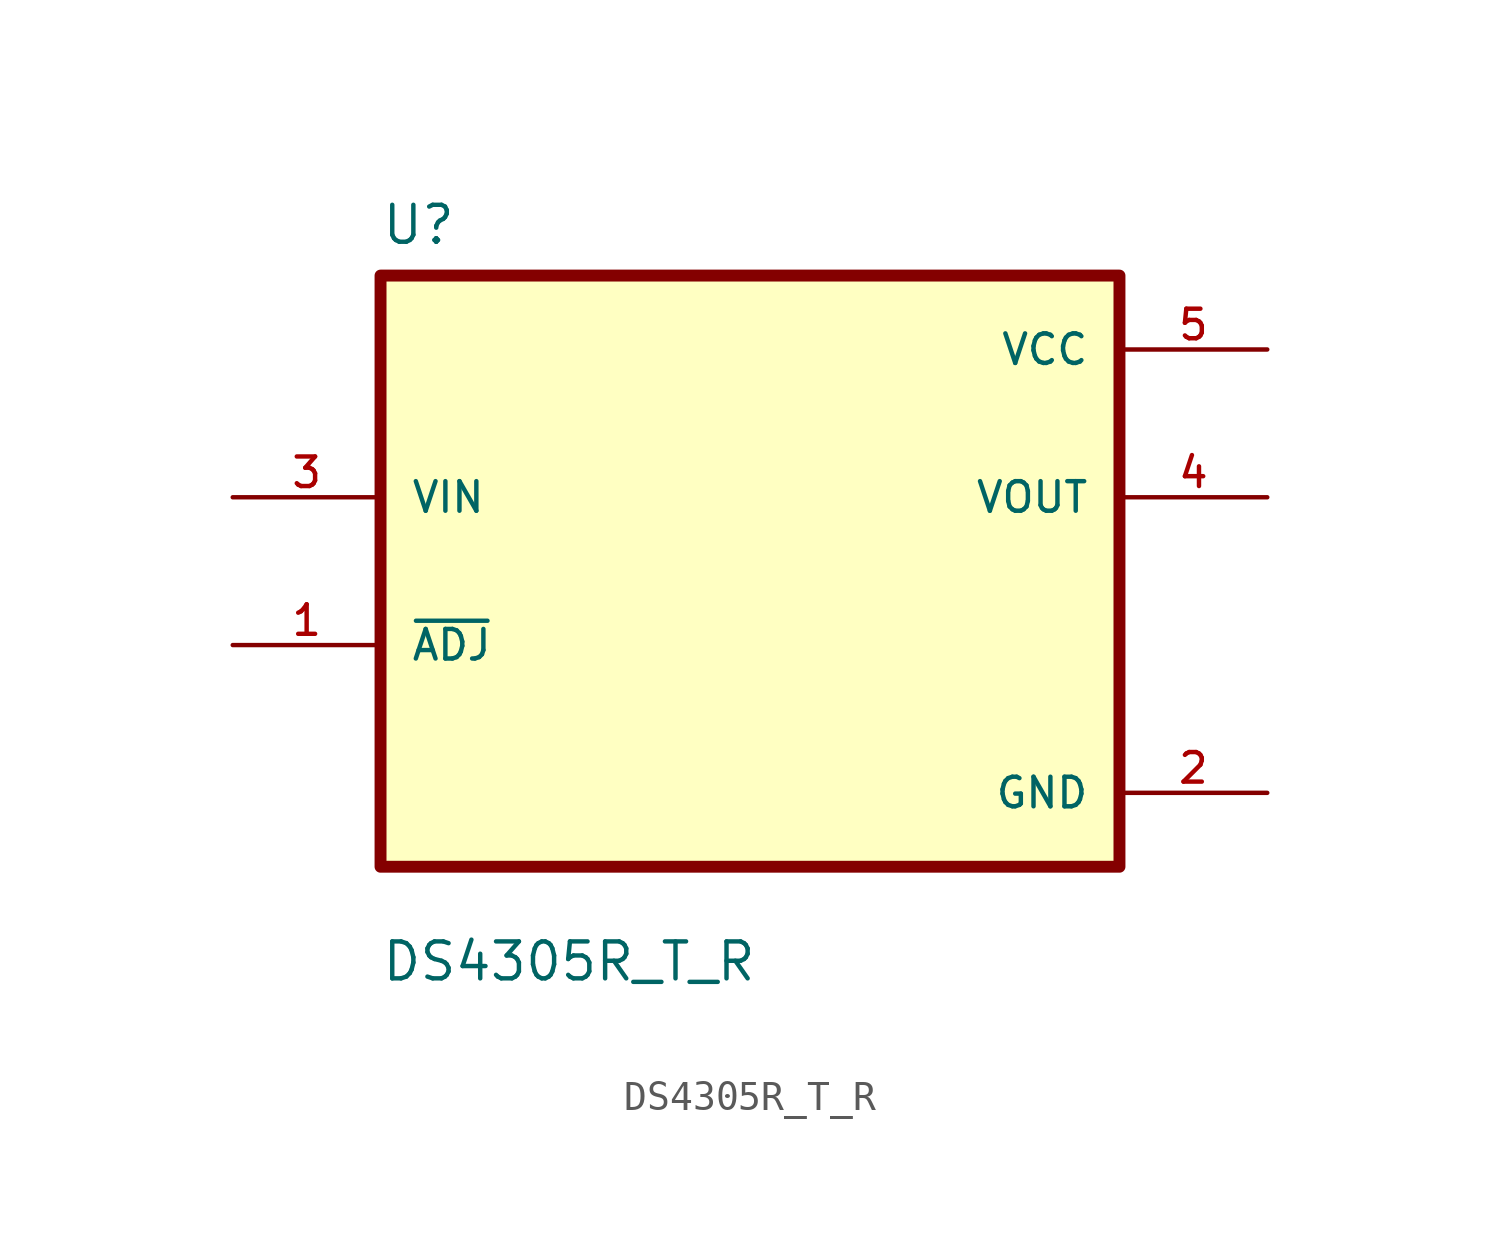
<source format=kicad_sym>
(kicad_symbol_lib
  (version 20211014)
  (generator kicad_symbol_editor)
  (symbol "DS4305R_T_R"
    (pin_names
      (offset 1.016))
    (property "Reference" "U"
      (at -12.7 11.16 0.0)
      (effects (font (size 1.27 1.27)) (justify bottom left)))
    (property "Value" "DS4305R_T_R"
      (at -12.7 -14.16 0.0)
      (effects (font (size 1.27 1.27)) (justify bottom left)))
    (symbol "DS4305R_T_R_0_0"
      (rectangle (start -12.7 -10.16) (end 12.7 10.16) (stroke (width 0.41)) (fill (type background)))
      (pin input line (at -17.78 2.54 0) (length 5.08) (name "VIN" (effects (font (size 1.016 1.016)))) (number "3" (effects (font (size 1.016 1.016)))))
      (pin bidirectional line (at -17.78 -2.54 0) (length 5.08) (name "~{ADJ}" (effects (font (size 1.016 1.016)))) (number "1" (effects (font (size 1.016 1.016)))))
      (pin power_in line (at 17.78 7.62 180.0) (length 5.08) (name "VCC" (effects (font (size 1.016 1.016)))) (number "5" (effects (font (size 1.016 1.016)))))
      (pin output line (at 17.78 2.54 180.0) (length 5.08) (name "VOUT" (effects (font (size 1.016 1.016)))) (number "4" (effects (font (size 1.016 1.016)))))
      (pin power_in line (at 17.78 -7.62 180.0) (length 5.08) (name "GND" (effects (font (size 1.016 1.016)))) (number "2" (effects (font (size 1.016 1.016))))))))
</source>
